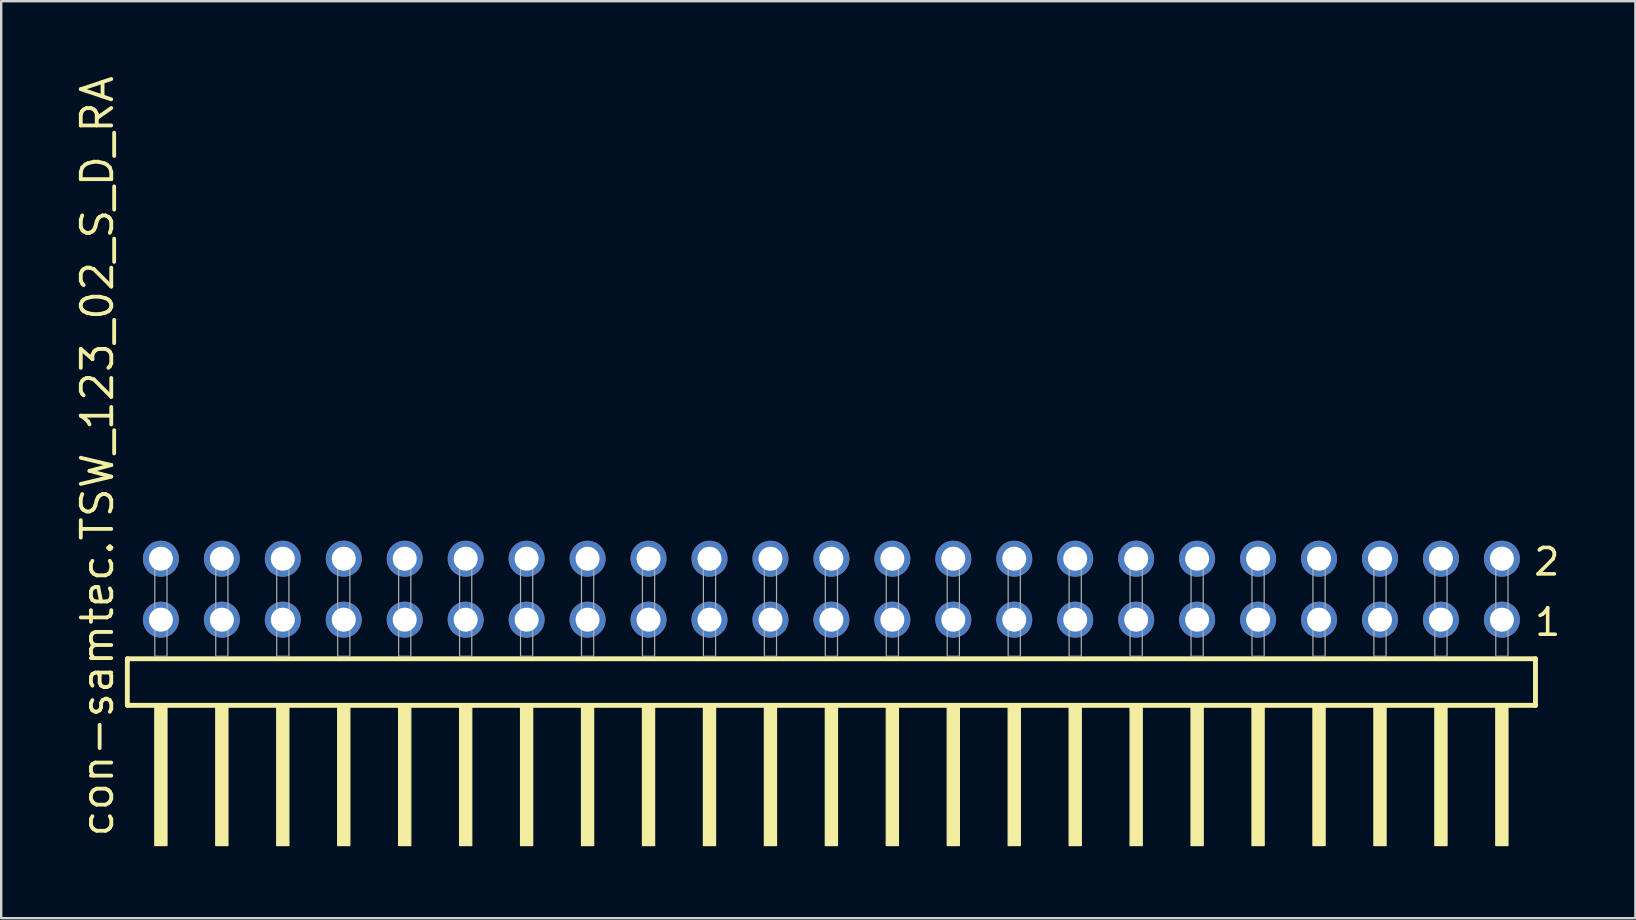
<source format=kicad_pcb>
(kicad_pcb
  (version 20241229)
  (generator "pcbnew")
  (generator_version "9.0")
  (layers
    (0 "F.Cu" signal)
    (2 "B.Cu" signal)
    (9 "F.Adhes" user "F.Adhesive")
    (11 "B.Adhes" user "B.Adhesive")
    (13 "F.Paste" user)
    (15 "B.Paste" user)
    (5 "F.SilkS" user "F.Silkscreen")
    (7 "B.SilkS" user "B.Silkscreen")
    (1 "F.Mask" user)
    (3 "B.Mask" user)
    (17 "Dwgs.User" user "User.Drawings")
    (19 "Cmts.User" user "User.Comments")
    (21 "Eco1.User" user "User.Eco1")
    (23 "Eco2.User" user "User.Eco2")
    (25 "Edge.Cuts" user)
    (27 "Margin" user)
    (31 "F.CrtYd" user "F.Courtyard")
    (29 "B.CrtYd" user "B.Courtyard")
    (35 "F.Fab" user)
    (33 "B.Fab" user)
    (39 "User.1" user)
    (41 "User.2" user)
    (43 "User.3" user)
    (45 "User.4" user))
  (footprint "con-samtec.TSW_123_02_S_D_RA"
    (layer "F.Cu")
    (at 31.595 24.296)
    (property "Reference" "con-samtec.TSW_123_02_S_D_RA" (at -29.845 7.62 90) (layer "F.SilkS") (effects (font (size 1.27 1.27) (thickness 0.16)) (justify left bottom)))
    (attr through_hole)
    (fp_line (start -29.339 0.106) (end -29.339 2.046) (stroke (width 0.203) (type default)) (layer "F.SilkS"))
    (fp_line (start -29.339 2.046) (end 29.339 2.046) (stroke (width 0.203) (type default)) (layer "F.SilkS"))
    (fp_line (start 29.339 0.106) (end -29.339 0.106) (stroke (width 0.203) (type default)) (layer "F.SilkS"))
    (fp_line (start 29.339 2.046) (end 29.339 0.106) (stroke (width 0.203) (type default)) (layer "F.SilkS"))
    (fp_rect (start -28.194 7.89) (end -27.686 2.04) (stroke (width 0.05) (type default)) (fill yes) (layer "F.SilkS"))
    (fp_rect (start -25.654 7.89) (end -25.146 2.04) (stroke (width 0.05) (type default)) (fill yes) (layer "F.SilkS"))
    (fp_rect (start -23.114 7.89) (end -22.606 2.04) (stroke (width 0.05) (type default)) (fill yes) (layer "F.SilkS"))
    (fp_rect (start -20.574 7.89) (end -20.066 2.04) (stroke (width 0.05) (type default)) (fill yes) (layer "F.SilkS"))
    (fp_rect (start -18.034 7.89) (end -17.526 2.04) (stroke (width 0.05) (type default)) (fill yes) (layer "F.SilkS"))
    (fp_rect (start -15.494 7.89) (end -14.986 2.04) (stroke (width 0.05) (type default)) (fill yes) (layer "F.SilkS"))
    (fp_rect (start -12.954 7.89) (end -12.446 2.04) (stroke (width 0.05) (type default)) (fill yes) (layer "F.SilkS"))
    (fp_rect (start -10.414 7.89) (end -9.906 2.04) (stroke (width 0.05) (type default)) (fill yes) (layer "F.SilkS"))
    (fp_rect (start -7.874 7.89) (end -7.366 2.04) (stroke (width 0.05) (type default)) (fill yes) (layer "F.SilkS"))
    (fp_rect (start -5.334 7.89) (end -4.826 2.04) (stroke (width 0.05) (type default)) (fill yes) (layer "F.SilkS"))
    (fp_rect (start -2.794 7.89) (end -2.286 2.04) (stroke (width 0.05) (type default)) (fill yes) (layer "F.SilkS"))
    (fp_rect (start -0.254 7.89) (end 0.254 2.04) (stroke (width 0.05) (type default)) (fill yes) (layer "F.SilkS"))
    (fp_rect (start 2.286 7.89) (end 2.794 2.04) (stroke (width 0.05) (type default)) (fill yes) (layer "F.SilkS"))
    (fp_rect (start 4.826 7.89) (end 5.334 2.04) (stroke (width 0.05) (type default)) (fill yes) (layer "F.SilkS"))
    (fp_rect (start 7.366 7.89) (end 7.874 2.04) (stroke (width 0.05) (type default)) (fill yes) (layer "F.SilkS"))
    (fp_rect (start 9.906 7.89) (end 10.414 2.04) (stroke (width 0.05) (type default)) (fill yes) (layer "F.SilkS"))
    (fp_rect (start 12.446 7.89) (end 12.954 2.04) (stroke (width 0.05) (type default)) (fill yes) (layer "F.SilkS"))
    (fp_rect (start 14.986 7.89) (end 15.494 2.04) (stroke (width 0.05) (type default)) (fill yes) (layer "F.SilkS"))
    (fp_rect (start 17.526 7.89) (end 18.034 2.04) (stroke (width 0.05) (type default)) (fill yes) (layer "F.SilkS"))
    (fp_rect (start 20.066 7.89) (end 20.574 2.04) (stroke (width 0.05) (type default)) (fill yes) (layer "F.SilkS"))
    (fp_rect (start 22.606 7.89) (end 23.114 2.04) (stroke (width 0.05) (type default)) (fill yes) (layer "F.SilkS"))
    (fp_rect (start 25.146 7.89) (end 25.654 2.04) (stroke (width 0.05) (type default)) (fill yes) (layer "F.SilkS"))
    (fp_rect (start 27.686 7.89) (end 28.194 2.04) (stroke (width 0.05) (type default)) (fill yes) (layer "F.SilkS"))
    (fp_rect (start -28.194 0) (end -27.686 -4.318) (stroke (width 0.05) (type default)) (fill no) (layer "F.Fab"))
    (fp_rect (start -25.654 0) (end -25.146 -4.318) (stroke (width 0.05) (type default)) (fill no) (layer "F.Fab"))
    (fp_rect (start -23.114 0) (end -22.606 -4.318) (stroke (width 0.05) (type default)) (fill no) (layer "F.Fab"))
    (fp_rect (start -20.574 0) (end -20.066 -4.318) (stroke (width 0.05) (type default)) (fill no) (layer "F.Fab"))
    (fp_rect (start -18.034 0) (end -17.526 -4.318) (stroke (width 0.05) (type default)) (fill no) (layer "F.Fab"))
    (fp_rect (start -15.494 0) (end -14.986 -4.318) (stroke (width 0.05) (type default)) (fill no) (layer "F.Fab"))
    (fp_rect (start -12.954 0) (end -12.446 -4.318) (stroke (width 0.05) (type default)) (fill no) (layer "F.Fab"))
    (fp_rect (start -10.414 0) (end -9.906 -4.318) (stroke (width 0.05) (type default)) (fill no) (layer "F.Fab"))
    (fp_rect (start -7.874 0) (end -7.366 -4.318) (stroke (width 0.05) (type default)) (fill no) (layer "F.Fab"))
    (fp_rect (start -5.334 0) (end -4.826 -4.318) (stroke (width 0.05) (type default)) (fill no) (layer "F.Fab"))
    (fp_rect (start -2.794 0) (end -2.286 -4.318) (stroke (width 0.05) (type default)) (fill no) (layer "F.Fab"))
    (fp_rect (start -0.254 0) (end 0.254 -4.318) (stroke (width 0.05) (type default)) (fill no) (layer "F.Fab"))
    (fp_rect (start 2.286 0) (end 2.794 -4.318) (stroke (width 0.05) (type default)) (fill no) (layer "F.Fab"))
    (fp_rect (start 4.826 0) (end 5.334 -4.318) (stroke (width 0.05) (type default)) (fill no) (layer "F.Fab"))
    (fp_rect (start 7.366 0) (end 7.874 -4.318) (stroke (width 0.05) (type default)) (fill no) (layer "F.Fab"))
    (fp_rect (start 9.906 0) (end 10.414 -4.318) (stroke (width 0.05) (type default)) (fill no) (layer "F.Fab"))
    (fp_rect (start 12.446 0) (end 12.954 -4.318) (stroke (width 0.05) (type default)) (fill no) (layer "F.Fab"))
    (fp_rect (start 14.986 0) (end 15.494 -4.318) (stroke (width 0.05) (type default)) (fill no) (layer "F.Fab"))
    (fp_rect (start 17.526 0) (end 18.034 -4.318) (stroke (width 0.05) (type default)) (fill no) (layer "F.Fab"))
    (fp_rect (start 20.066 0) (end 20.574 -4.318) (stroke (width 0.05) (type default)) (fill no) (layer "F.Fab"))
    (fp_rect (start 22.606 0) (end 23.114 -4.318) (stroke (width 0.05) (type default)) (fill no) (layer "F.Fab"))
    (fp_rect (start 25.146 0) (end 25.654 -4.318) (stroke (width 0.05) (type default)) (fill no) (layer "F.Fab"))
    (fp_rect (start 27.686 0) (end 28.194 -4.318) (stroke (width 0.05) (type default)) (fill no) (layer "F.Fab"))
    (fp_text user "2" (at 29.19 -3.29 0) (layer "F.SilkS") (effects (font (size 1.1 1.1) (thickness 0.15)) (justify left bottom)))
    (fp_text user "1" (at 29.225 -0.775 0) (layer "F.SilkS") (effects (font (size 1.1 1.1) (thickness 0.15)) (justify left bottom)))
    (pad "1" thru_hole circle (at 27.94 -1.524 180) (size 1.5 1.5) (drill 1) (layers "*.Cu" "*.Mask"))
    (pad "2" thru_hole circle (at 27.94 -4.064 180) (size 1.5 1.5) (drill 1) (layers "*.Cu" "*.Mask"))
    (pad "3" thru_hole circle (at 25.4 -1.524 180) (size 1.5 1.5) (drill 1) (layers "*.Cu" "*.Mask"))
    (pad "4" thru_hole circle (at 25.4 -4.064 180) (size 1.5 1.5) (drill 1) (layers "*.Cu" "*.Mask"))
    (pad "5" thru_hole circle (at 22.86 -1.524 180) (size 1.5 1.5) (drill 1) (layers "*.Cu" "*.Mask"))
    (pad "6" thru_hole circle (at 22.86 -4.064 180) (size 1.5 1.5) (drill 1) (layers "*.Cu" "*.Mask"))
    (pad "7" thru_hole circle (at 20.32 -1.524 180) (size 1.5 1.5) (drill 1) (layers "*.Cu" "*.Mask"))
    (pad "8" thru_hole circle (at 20.32 -4.064 180) (size 1.5 1.5) (drill 1) (layers "*.Cu" "*.Mask"))
    (pad "9" thru_hole circle (at 17.78 -1.524 180) (size 1.5 1.5) (drill 1) (layers "*.Cu" "*.Mask"))
    (pad "10" thru_hole circle (at 17.78 -4.064 180) (size 1.5 1.5) (drill 1) (layers "*.Cu" "*.Mask"))
    (pad "11" thru_hole circle (at 15.24 -1.524 180) (size 1.5 1.5) (drill 1) (layers "*.Cu" "*.Mask"))
    (pad "12" thru_hole circle (at 15.24 -4.064 180) (size 1.5 1.5) (drill 1) (layers "*.Cu" "*.Mask"))
    (pad "13" thru_hole circle (at 12.7 -1.524 180) (size 1.5 1.5) (drill 1) (layers "*.Cu" "*.Mask"))
    (pad "14" thru_hole circle (at 12.7 -4.064 180) (size 1.5 1.5) (drill 1) (layers "*.Cu" "*.Mask"))
    (pad "15" thru_hole circle (at 10.16 -1.524 180) (size 1.5 1.5) (drill 1) (layers "*.Cu" "*.Mask"))
    (pad "16" thru_hole circle (at 10.16 -4.064 180) (size 1.5 1.5) (drill 1) (layers "*.Cu" "*.Mask"))
    (pad "17" thru_hole circle (at 7.62 -1.524 180) (size 1.5 1.5) (drill 1) (layers "*.Cu" "*.Mask"))
    (pad "18" thru_hole circle (at 7.62 -4.064 180) (size 1.5 1.5) (drill 1) (layers "*.Cu" "*.Mask"))
    (pad "19" thru_hole circle (at 5.08 -1.524 180) (size 1.5 1.5) (drill 1) (layers "*.Cu" "*.Mask"))
    (pad "20" thru_hole circle (at 5.08 -4.064 180) (size 1.5 1.5) (drill 1) (layers "*.Cu" "*.Mask"))
    (pad "21" thru_hole circle (at 2.54 -1.524 180) (size 1.5 1.5) (drill 1) (layers "*.Cu" "*.Mask"))
    (pad "22" thru_hole circle (at 2.54 -4.064 180) (size 1.5 1.5) (drill 1) (layers "*.Cu" "*.Mask"))
    (pad "23" thru_hole circle (at 0 -1.524 180) (size 1.5 1.5) (drill 1) (layers "*.Cu" "*.Mask"))
    (pad "24" thru_hole circle (at 0 -4.064 180) (size 1.5 1.5) (drill 1) (layers "*.Cu" "*.Mask"))
    (pad "25" thru_hole circle (at -2.54 -1.524 180) (size 1.5 1.5) (drill 1) (layers "*.Cu" "*.Mask"))
    (pad "26" thru_hole circle (at -2.54 -4.064 180) (size 1.5 1.5) (drill 1) (layers "*.Cu" "*.Mask"))
    (pad "27" thru_hole circle (at -5.08 -1.524 180) (size 1.5 1.5) (drill 1) (layers "*.Cu" "*.Mask"))
    (pad "28" thru_hole circle (at -5.08 -4.064 180) (size 1.5 1.5) (drill 1) (layers "*.Cu" "*.Mask"))
    (pad "29" thru_hole circle (at -7.62 -1.524 180) (size 1.5 1.5) (drill 1) (layers "*.Cu" "*.Mask"))
    (pad "30" thru_hole circle (at -7.62 -4.064 180) (size 1.5 1.5) (drill 1) (layers "*.Cu" "*.Mask"))
    (pad "31" thru_hole circle (at -10.16 -1.524 180) (size 1.5 1.5) (drill 1) (layers "*.Cu" "*.Mask"))
    (pad "32" thru_hole circle (at -10.16 -4.064 180) (size 1.5 1.5) (drill 1) (layers "*.Cu" "*.Mask"))
    (pad "33" thru_hole circle (at -12.7 -1.524 180) (size 1.5 1.5) (drill 1) (layers "*.Cu" "*.Mask"))
    (pad "34" thru_hole circle (at -12.7 -4.064 180) (size 1.5 1.5) (drill 1) (layers "*.Cu" "*.Mask"))
    (pad "35" thru_hole circle (at -15.24 -1.524 180) (size 1.5 1.5) (drill 1) (layers "*.Cu" "*.Mask"))
    (pad "36" thru_hole circle (at -15.24 -4.064 180) (size 1.5 1.5) (drill 1) (layers "*.Cu" "*.Mask"))
    (pad "37" thru_hole circle (at -17.78 -1.524 180) (size 1.5 1.5) (drill 1) (layers "*.Cu" "*.Mask"))
    (pad "38" thru_hole circle (at -17.78 -4.064 180) (size 1.5 1.5) (drill 1) (layers "*.Cu" "*.Mask"))
    (pad "39" thru_hole circle (at -20.32 -1.524 180) (size 1.5 1.5) (drill 1) (layers "*.Cu" "*.Mask"))
    (pad "40" thru_hole circle (at -20.32 -4.064 180) (size 1.5 1.5) (drill 1) (layers "*.Cu" "*.Mask"))
    (pad "41" thru_hole circle (at -22.86 -1.524 180) (size 1.5 1.5) (drill 1) (layers "*.Cu" "*.Mask"))
    (pad "42" thru_hole circle (at -22.86 -4.064 180) (size 1.5 1.5) (drill 1) (layers "*.Cu" "*.Mask"))
    (pad "43" thru_hole circle (at -25.4 -1.524 180) (size 1.5 1.5) (drill 1) (layers "*.Cu" "*.Mask"))
    (pad "44" thru_hole circle (at -25.4 -4.064 180) (size 1.5 1.5) (drill 1) (layers "*.Cu" "*.Mask"))
    (pad "45" thru_hole circle (at -27.94 -1.524 180) (size 1.5 1.5) (drill 1) (layers "*.Cu" "*.Mask"))
    (pad "46" thru_hole circle (at -27.94 -4.064 180) (size 1.5 1.5) (drill 1) (layers "*.Cu" "*.Mask")))
  (gr_rect
    (start -3 -3)
    (end 65.098 35.211)
    (stroke (width 0.1) (type default))
    (fill no)
    (layer "Edge.Cuts")))
</source>
